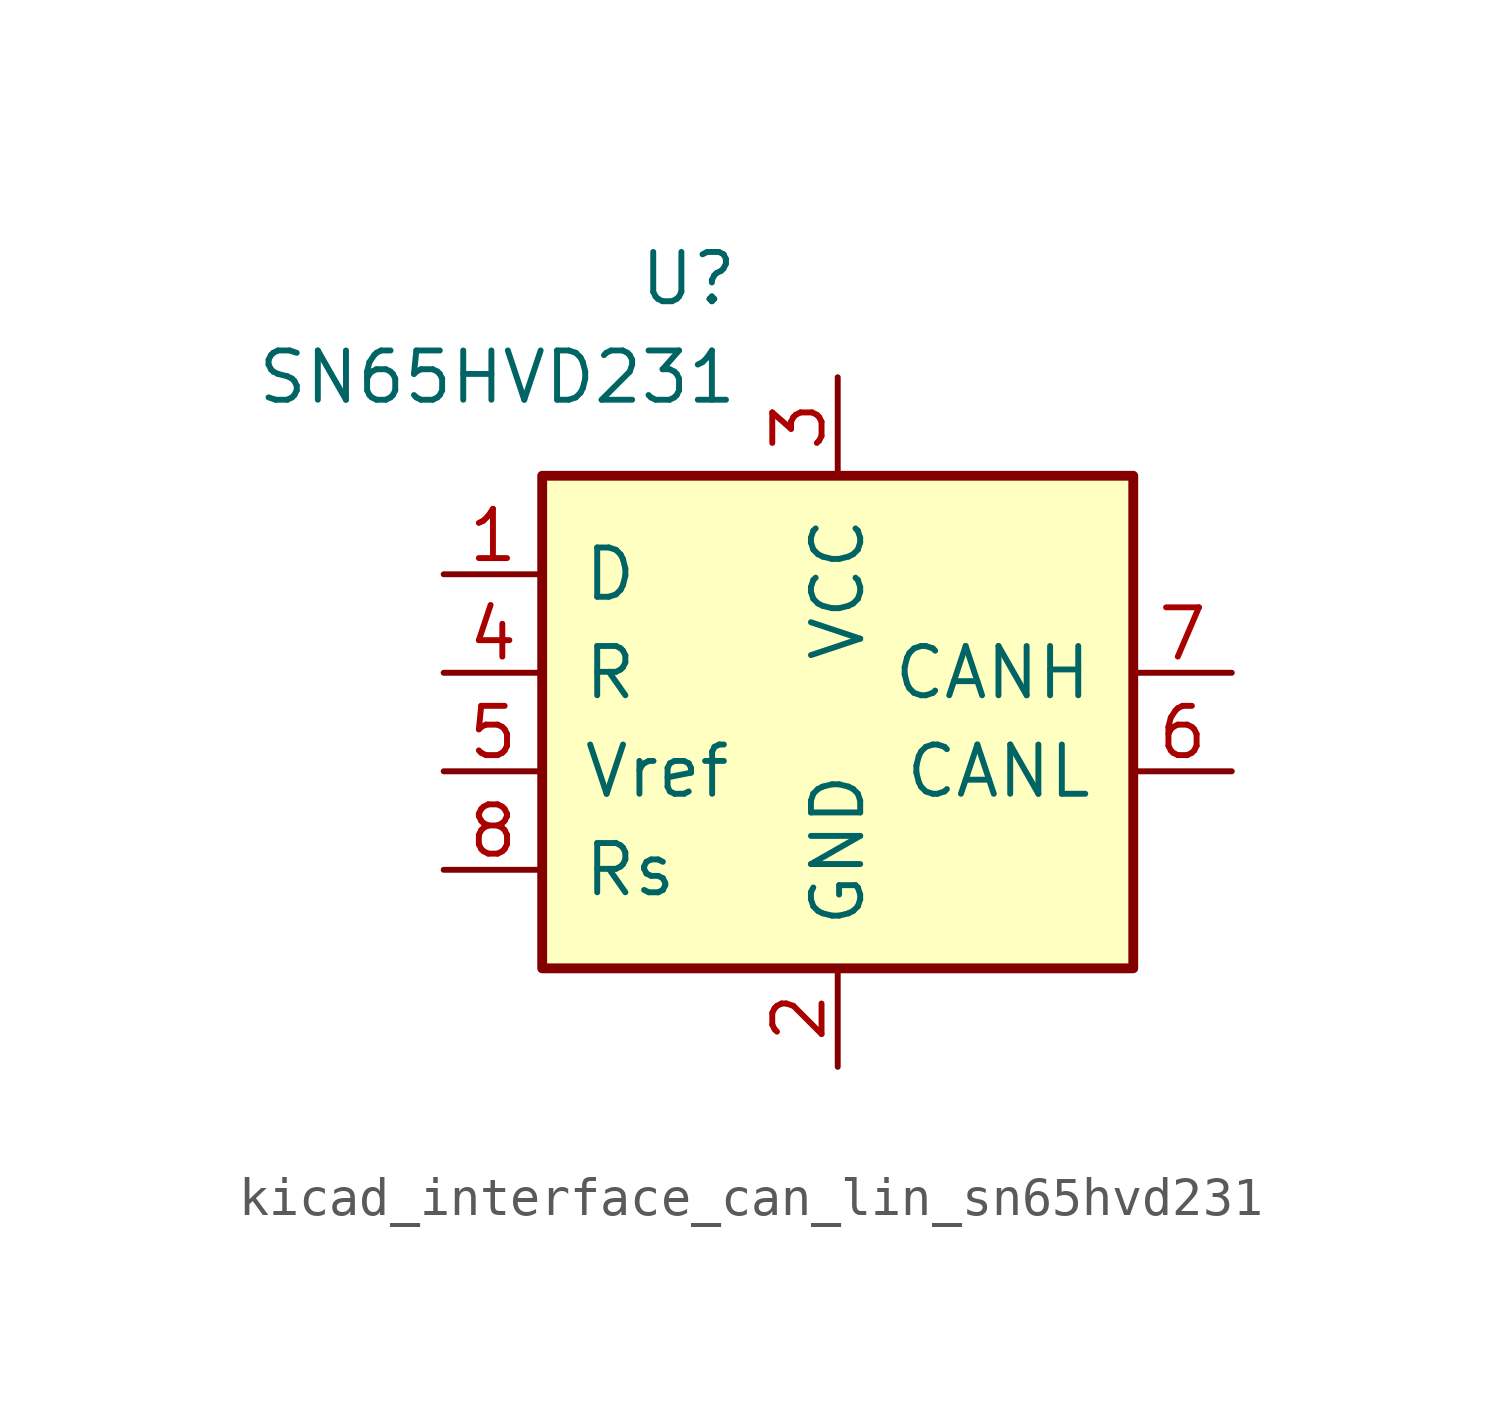
<source format=kicad_sym>
(kicad_symbol_lib
  (version 20220914)
  (generator kicad_symbol_editor)
  (symbol "kicad_interface_can_lin_sn65hvd231"
    (pin_names
      (offset 1.016))
    (property "Reference" "U"
      (at -2.54 10.16 0)
      (effects (font (size 1.27 1.27)) (justify right)))
    (property "Value" "SN65HVD231"
      (at -2.54 7.62 0)
      (effects (font (size 1.27 1.27)) (justify right)))
    (symbol "kicad_interface_can_lin_sn65hvd231_0_1"
      (rectangle (start -7.62 5.08) (end 7.62 -7.62) (stroke (width 0.254) (type default)) (fill (type background))))
    (symbol "kicad_interface_can_lin_sn65hvd231_1_1"
      (pin input line (at -10.16 2.54 0) (length 2.54) (name "D" (effects (font (size 1.27 1.27)))) (number "1" (effects (font (size 1.27 1.27)))))
      (pin power_in line (at 0 -10.16 90) (length 2.54) (name "GND" (effects (font (size 1.27 1.27)))) (number "2" (effects (font (size 1.27 1.27)))))
      (pin power_in line (at 0 7.62 270) (length 2.54) (name "VCC" (effects (font (size 1.27 1.27)))) (number "3" (effects (font (size 1.27 1.27)))))
      (pin output line (at -10.16 0 0) (length 2.54) (name "R" (effects (font (size 1.27 1.27)))) (number "4" (effects (font (size 1.27 1.27)))))
      (pin output line (at -10.16 -2.54 0) (length 2.54) (name "Vref" (effects (font (size 1.27 1.27)))) (number "5" (effects (font (size 1.27 1.27)))))
      (pin bidirectional line (at 10.16 -2.54 180) (length 2.54) (name "CANL" (effects (font (size 1.27 1.27)))) (number "6" (effects (font (size 1.27 1.27)))))
      (pin bidirectional line (at 10.16 0 180) (length 2.54) (name "CANH" (effects (font (size 1.27 1.27)))) (number "7" (effects (font (size 1.27 1.27)))))
      (pin input line (at -10.16 -5.08 0) (length 2.54) (name "Rs" (effects (font (size 1.27 1.27)))) (number "8" (effects (font (size 1.27 1.27))))))))
</source>
